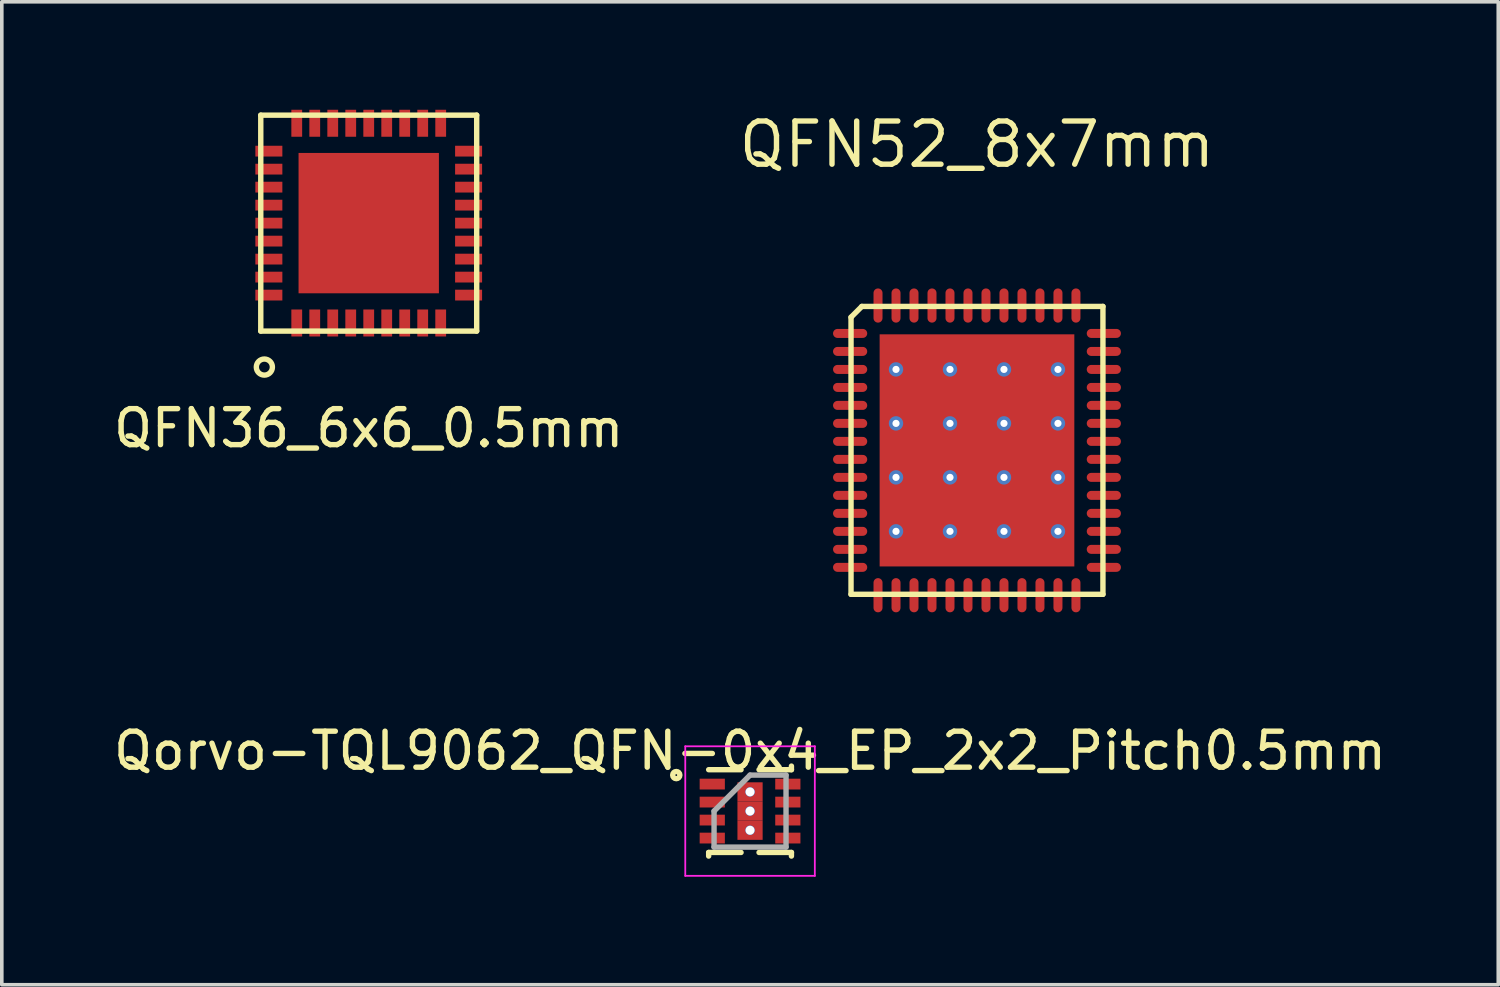
<source format=kicad_pcb>
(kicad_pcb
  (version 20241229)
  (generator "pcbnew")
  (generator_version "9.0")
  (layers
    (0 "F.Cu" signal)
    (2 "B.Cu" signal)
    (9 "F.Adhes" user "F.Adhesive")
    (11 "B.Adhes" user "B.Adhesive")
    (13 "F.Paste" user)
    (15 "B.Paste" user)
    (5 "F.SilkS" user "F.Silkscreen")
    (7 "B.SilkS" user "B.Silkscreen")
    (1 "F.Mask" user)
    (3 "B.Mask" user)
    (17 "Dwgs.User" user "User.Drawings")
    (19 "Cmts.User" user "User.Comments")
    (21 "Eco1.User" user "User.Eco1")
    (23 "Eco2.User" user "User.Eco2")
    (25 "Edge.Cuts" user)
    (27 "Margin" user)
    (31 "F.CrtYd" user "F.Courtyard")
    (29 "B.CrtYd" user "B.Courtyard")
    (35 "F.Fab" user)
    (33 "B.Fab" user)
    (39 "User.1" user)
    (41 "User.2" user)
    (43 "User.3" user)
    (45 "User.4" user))
  (footprint "Qorvo-TQL9062_QFN-0x4_EP_2x2_Pitch0.5mm"
    (layer "F.Cu")
    (at 17.792 19.488)
    (property "Reference" "Qorvo-TQL9062_QFN-0x4_EP_2x2_Pitch0.5mm" (at 0 -1.675 0) (layer "F.SilkS") (effects (font (size 1 1) (thickness 0.15))))
    (attr through_hole)
    (fp_line (start -1.15 1.15) (end -1.15 1.25) (stroke (width 0.15) (type default)) (layer "F.SilkS"))
    (fp_line (start -0.25 -1.15) (end -1.15 -1.15) (stroke (width 0.15) (type default)) (layer "F.SilkS"))
    (fp_line (start -0.25 1.15) (end -1.15 1.15) (stroke (width 0.15) (type default)) (layer "F.SilkS"))
    (fp_line (start 0.25 -1.15) (end 1.15 -1.15) (stroke (width 0.15) (type default)) (layer "F.SilkS"))
    (fp_line (start 0.25 1.15) (end 1.15 1.15) (stroke (width 0.15) (type default)) (layer "F.SilkS"))
    (fp_line (start 1.15 -1.15) (end 1.15 -1.25) (stroke (width 0.15) (type default)) (layer "F.SilkS"))
    (fp_line (start 1.15 1.15) (end 1.15 1.25) (stroke (width 0.15) (type default)) (layer "F.SilkS"))
    (fp_circle (center -2.05 -1) (end -2.05 -0.9) (stroke (width 0.15) (type default)) (fill no) (layer "F.SilkS"))
    (fp_line (start -1.8 -1.8) (end 1.8 -1.8) (stroke (width 0.05) (type default)) (layer "F.CrtYd"))
    (fp_line (start -1.8 1.8) (end -1.8 -1.8) (stroke (width 0.05) (type default)) (layer "F.CrtYd"))
    (fp_line (start 1.8 -1.8) (end 1.8 1.8) (stroke (width 0.05) (type default)) (layer "F.CrtYd"))
    (fp_line (start 1.8 1.8) (end -1.8 1.8) (stroke (width 0.05) (type default)) (layer "F.CrtYd"))
    (fp_line (start -1 0) (end -1 1) (stroke (width 0.15) (type default)) (layer "F.Fab"))
    (fp_line (start -1 1) (end 1 1) (stroke (width 0.15) (type default)) (layer "F.Fab"))
    (fp_line (start 0 -1) (end -1 0) (stroke (width 0.15) (type default)) (layer "F.Fab"))
    (fp_line (start 1 -1) (end 0 -1) (stroke (width 0.15) (type default)) (layer "F.Fab"))
    (fp_line (start 1 1) (end 1 -1) (stroke (width 0.15) (type default)) (layer "F.Fab"))
    (pad "1" smd rect (at -1.05 -0.75 90) (size 0.3 0.7) (layers "F.Cu" "F.Mask" "F.Paste"))
    (pad "2" smd rect (at -1.05 -0.25 90) (size 0.3 0.7) (layers "F.Cu" "F.Mask" "F.Paste"))
    (pad "3" smd rect (at -1.05 0.25 90) (size 0.3 0.7) (layers "F.Cu" "F.Mask" "F.Paste"))
    (pad "4" smd rect (at -1.05 0.75 90) (size 0.3 0.7) (layers "F.Cu" "F.Mask" "F.Paste"))
    (pad "5" smd rect (at 1.05 0.75 90) (size 0.3 0.7) (layers "F.Cu" "F.Mask" "F.Paste"))
    (pad "6" smd rect (at 1.05 0.25 90) (size 0.3 0.7) (layers "F.Cu" "F.Mask" "F.Paste"))
    (pad "7" smd rect (at 1.05 -0.25 90) (size 0.3 0.7) (layers "F.Cu" "F.Mask" "F.Paste"))
    (pad "8" smd rect (at 1.05 -0.75 90) (size 0.3 0.7) (layers "F.Cu" "F.Mask" "F.Paste"))
    (pad "9" thru_hole circle (at 0 -0.533) (size 0.267 0.267) (drill 0.25) (layers "*.Cu" "*.Mask"))
    (pad "9" smd rect (at 0 -0.533) (size 0.7 0.533) (layers "F.Cu" "F.Mask" "F.Paste"))
    (pad "9" thru_hole circle (at 0 0) (size 0.267 0.267) (drill 0.25) (layers "*.Cu" "*.Mask"))
    (pad "9" smd rect (at 0 0) (size 0.7 0.533) (layers "F.Cu" "F.Mask" "F.Paste"))
    (pad "9" thru_hole circle (at 0 0.533) (size 0.267 0.267) (drill 0.25) (layers "*.Cu" "*.Mask"))
    (pad "9" smd rect (at 0 0.533) (size 0.7 0.533) (layers "F.Cu" "F.Mask" "F.Paste")))
  (footprint "QFN52_8x7mm"
    (layer "F.Cu")
    (at 24.098 9.465)
    (property "Reference" "QFN52_8x7mm" (at 0 -8.5 0) (layer "F.SilkS") (effects (font (size 1.2 1.2) (thickness 0.15))))
    (attr smd)
    (fp_line (start -3.5 -3.7) (end -3.5 4) (stroke (width 0.15) (type solid)) (layer "F.SilkS"))
    (fp_line (start -3.5 4) (end 3.5 4) (stroke (width 0.15) (type solid)) (layer "F.SilkS"))
    (fp_line (start -3.2 -4) (end -3.5 -3.7) (stroke (width 0.15) (type solid)) (layer "F.SilkS"))
    (fp_line (start 3.5 -4) (end -3.2 -4) (stroke (width 0.15) (type solid)) (layer "F.SilkS"))
    (fp_line (start 3.5 4) (end 3.5 -4) (stroke (width 0.15) (type solid)) (layer "F.SilkS"))
    (pad "" smd rect (at -1.868 -2.227) (size 1.14 0.956) (layers "F.Paste"))
    (pad "" smd rect (at -1.868 -0.742) (size 1.14 0.956) (layers "F.Paste"))
    (pad "" smd rect (at -1.868 0.742) (size 1.14 0.956) (layers "F.Paste"))
    (pad "" smd rect (at -1.868 2.227) (size 1.14 0.956) (layers "F.Paste"))
    (pad "" smd rect (at -0.623 -2.227) (size 1.14 0.956) (layers "F.Paste"))
    (pad "" smd rect (at -0.623 -0.742) (size 1.14 0.956) (layers "F.Paste"))
    (pad "" smd rect (at -0.623 0.742) (size 1.14 0.956) (layers "F.Paste"))
    (pad "" smd rect (at -0.623 2.227) (size 1.14 0.956) (layers "F.Paste"))
    (pad "" smd rect (at 0.623 -2.227) (size 1.14 0.956) (layers "F.Paste"))
    (pad "" smd rect (at 0.623 -0.742) (size 1.14 0.956) (layers "F.Paste"))
    (pad "" smd rect (at 0.623 0.742) (size 1.14 0.956) (layers "F.Paste"))
    (pad "" smd rect (at 0.623 2.227) (size 1.14 0.956) (layers "F.Paste"))
    (pad "" smd rect (at 1.868 -2.227) (size 1.14 0.956) (layers "F.Paste"))
    (pad "" smd rect (at 1.868 -0.742) (size 1.14 0.956) (layers "F.Paste"))
    (pad "" smd rect (at 1.868 0.742) (size 1.14 0.956) (layers "F.Paste"))
    (pad "" smd rect (at 1.868 2.227) (size 1.14 0.956) (layers "F.Paste"))
    (pad "1" smd oval (at -3.525 -3.25) (size 0.95 0.25) (layers "F.Cu" "F.Mask" "F.Paste"))
    (pad "2" smd oval (at -3.525 -2.75) (size 0.95 0.25) (layers "F.Cu" "F.Mask" "F.Paste"))
    (pad "3" smd oval (at -3.525 -2.25) (size 0.95 0.25) (layers "F.Cu" "F.Mask" "F.Paste"))
    (pad "4" smd oval (at -3.525 -1.75) (size 0.95 0.25) (layers "F.Cu" "F.Mask" "F.Paste"))
    (pad "5" smd oval (at -3.525 -1.25) (size 0.95 0.25) (layers "F.Cu" "F.Mask" "F.Paste"))
    (pad "6" smd oval (at -3.525 -0.75) (size 0.95 0.25) (layers "F.Cu" "F.Mask" "F.Paste"))
    (pad "7" smd oval (at -3.525 -0.25) (size 0.95 0.25) (layers "F.Cu" "F.Mask" "F.Paste"))
    (pad "8" smd oval (at -3.525 0.25) (size 0.95 0.25) (layers "F.Cu" "F.Mask" "F.Paste"))
    (pad "9" smd oval (at -3.525 0.75) (size 0.95 0.25) (layers "F.Cu" "F.Mask" "F.Paste"))
    (pad "10" smd oval (at -3.525 1.25) (size 0.95 0.25) (layers "F.Cu" "F.Mask" "F.Paste"))
    (pad "11" smd oval (at -3.525 1.75) (size 0.95 0.25) (layers "F.Cu" "F.Mask" "F.Paste"))
    (pad "12" smd oval (at -3.525 2.25) (size 0.95 0.25) (layers "F.Cu" "F.Mask" "F.Paste"))
    (pad "13" smd oval (at -3.525 2.75) (size 0.95 0.25) (layers "F.Cu" "F.Mask" "F.Paste"))
    (pad "14" smd oval (at -3.525 3.25) (size 0.95 0.25) (layers "F.Cu" "F.Mask" "F.Paste"))
    (pad "15" smd oval (at -2.75 4.025) (size 0.25 0.95) (layers "F.Cu" "F.Mask" "F.Paste"))
    (pad "16" smd oval (at -2.25 4.025) (size 0.25 0.95) (layers "F.Cu" "F.Mask" "F.Paste"))
    (pad "17" smd oval (at -1.75 4.025) (size 0.25 0.95) (layers "F.Cu" "F.Mask" "F.Paste"))
    (pad "18" smd oval (at -1.25 4.025) (size 0.25 0.95) (layers "F.Cu" "F.Mask" "F.Paste"))
    (pad "19" smd oval (at -0.75 4.025) (size 0.25 0.95) (layers "F.Cu" "F.Mask" "F.Paste"))
    (pad "20" smd oval (at -0.25 4.025) (size 0.25 0.95) (layers "F.Cu" "F.Mask" "F.Paste"))
    (pad "21" smd oval (at 0.25 4.025) (size 0.25 0.95) (layers "F.Cu" "F.Mask" "F.Paste"))
    (pad "22" smd oval (at 0.75 4.025) (size 0.25 0.95) (layers "F.Cu" "F.Mask" "F.Paste"))
    (pad "23" smd oval (at 1.25 4.025) (size 0.25 0.95) (layers "F.Cu" "F.Mask" "F.Paste"))
    (pad "24" smd oval (at 1.75 4.025) (size 0.25 0.95) (layers "F.Cu" "F.Mask" "F.Paste"))
    (pad "25" smd oval (at 2.25 4.025) (size 0.25 0.95) (layers "F.Cu" "F.Mask" "F.Paste"))
    (pad "26" smd oval (at 2.75 4.025) (size 0.25 0.95) (layers "F.Cu" "F.Mask" "F.Paste"))
    (pad "27" smd oval (at 3.525 3.25) (size 0.95 0.25) (layers "F.Cu" "F.Mask" "F.Paste"))
    (pad "28" smd oval (at 3.525 2.75) (size 0.95 0.25) (layers "F.Cu" "F.Mask" "F.Paste"))
    (pad "29" smd oval (at 3.525 2.25) (size 0.95 0.25) (layers "F.Cu" "F.Mask" "F.Paste"))
    (pad "30" smd oval (at 3.525 1.75) (size 0.95 0.25) (layers "F.Cu" "F.Mask" "F.Paste"))
    (pad "31" smd oval (at 3.525 1.25) (size 0.95 0.25) (layers "F.Cu" "F.Mask" "F.Paste"))
    (pad "32" smd oval (at 3.525 0.75) (size 0.95 0.25) (layers "F.Cu" "F.Mask" "F.Paste"))
    (pad "33" smd oval (at 3.525 0.25) (size 0.95 0.25) (layers "F.Cu" "F.Mask" "F.Paste"))
    (pad "34" smd oval (at 3.525 -0.25) (size 0.95 0.25) (layers "F.Cu" "F.Mask" "F.Paste"))
    (pad "35" smd oval (at 3.525 -0.75) (size 0.95 0.25) (layers "F.Cu" "F.Mask" "F.Paste"))
    (pad "36" smd oval (at 3.525 -1.25) (size 0.95 0.25) (layers "F.Cu" "F.Mask" "F.Paste"))
    (pad "37" smd oval (at 3.525 -1.75) (size 0.95 0.25) (layers "F.Cu" "F.Mask" "F.Paste"))
    (pad "38" smd oval (at 3.525 -2.25) (size 0.95 0.25) (layers "F.Cu" "F.Mask" "F.Paste"))
    (pad "39" smd oval (at 3.525 -2.75) (size 0.95 0.25) (layers "F.Cu" "F.Mask" "F.Paste"))
    (pad "40" smd oval (at 3.525 -3.25) (size 0.95 0.25) (layers "F.Cu" "F.Mask" "F.Paste"))
    (pad "41" smd oval (at 2.75 -4.025) (size 0.25 0.95) (layers "F.Cu" "F.Mask" "F.Paste"))
    (pad "42" smd oval (at 2.25 -4.025) (size 0.25 0.95) (layers "F.Cu" "F.Mask" "F.Paste"))
    (pad "43" smd oval (at 1.75 -4.025) (size 0.25 0.95) (layers "F.Cu" "F.Mask" "F.Paste"))
    (pad "44" smd oval (at 1.25 -4.025) (size 0.25 0.95) (layers "F.Cu" "F.Mask" "F.Paste"))
    (pad "45" smd oval (at 0.75 -4.025) (size 0.25 0.95) (layers "F.Cu" "F.Mask" "F.Paste"))
    (pad "46" smd oval (at 0.25 -4.025) (size 0.25 0.95) (layers "F.Cu" "F.Mask" "F.Paste"))
    (pad "47" smd oval (at -0.25 -4.025) (size 0.25 0.95) (layers "F.Cu" "F.Mask" "F.Paste"))
    (pad "48" smd oval (at -0.75 -4.025) (size 0.25 0.95) (layers "F.Cu" "F.Mask" "F.Paste"))
    (pad "49" smd oval (at -1.25 -4.025) (size 0.25 0.95) (layers "F.Cu" "F.Mask" "F.Paste"))
    (pad "50" smd oval (at -1.75 -4.025) (size 0.25 0.95) (layers "F.Cu" "F.Mask" "F.Paste"))
    (pad "51" smd oval (at -2.25 -4.025) (size 0.25 0.95) (layers "F.Cu" "F.Mask" "F.Paste"))
    (pad "52" smd oval (at -2.75 -4.025) (size 0.25 0.95) (layers "F.Cu" "F.Mask" "F.Paste"))
    (pad "53" thru_hole circle (at -2.25 -2.25) (size 0.4 0.4) (drill 0.2) (layers "*.Cu" "*.Mask"))
    (pad "53" thru_hole circle (at -2.25 -0.75) (size 0.4 0.4) (drill 0.2) (layers "*.Cu" "*.Mask"))
    (pad "53" thru_hole circle (at -2.25 0.75) (size 0.4 0.4) (drill 0.2) (layers "*.Cu" "*.Mask"))
    (pad "53" thru_hole circle (at -2.25 2.25) (size 0.4 0.4) (drill 0.2) (layers "*.Cu" "*.Mask"))
    (pad "53" thru_hole circle (at -0.75 -2.25) (size 0.4 0.4) (drill 0.2) (layers "*.Cu" "*.Mask"))
    (pad "53" thru_hole circle (at -0.75 -0.75) (size 0.4 0.4) (drill 0.2) (layers "*.Cu" "*.Mask"))
    (pad "53" thru_hole circle (at -0.75 0.75) (size 0.4 0.4) (drill 0.2) (layers "*.Cu" "*.Mask"))
    (pad "53" thru_hole circle (at -0.75 2.25) (size 0.4 0.4) (drill 0.2) (layers "*.Cu" "*.Mask"))
    (pad "53" smd rect (at 0 0) (size 5.41 6.45) (layers "F.Cu" "F.Mask"))
    (pad "53" thru_hole circle (at 0.75 -2.25) (size 0.4 0.4) (drill 0.2) (layers "*.Cu" "*.Mask"))
    (pad "53" thru_hole circle (at 0.75 -0.75) (size 0.4 0.4) (drill 0.2) (layers "*.Cu" "*.Mask"))
    (pad "53" thru_hole circle (at 0.75 0.75) (size 0.4 0.4) (drill 0.2) (layers "*.Cu" "*.Mask"))
    (pad "53" thru_hole circle (at 0.75 2.25) (size 0.4 0.4) (drill 0.2) (layers "*.Cu" "*.Mask"))
    (pad "53" thru_hole circle (at 2.25 -2.25) (size 0.4 0.4) (drill 0.2) (layers "*.Cu" "*.Mask"))
    (pad "53" thru_hole circle (at 2.25 -0.75) (size 0.4 0.4) (drill 0.2) (layers "*.Cu" "*.Mask"))
    (pad "53" thru_hole circle (at 2.25 0.75) (size 0.4 0.4) (drill 0.2) (layers "*.Cu" "*.Mask"))
    (pad "53" thru_hole circle (at 2.25 2.25) (size 0.4 0.4) (drill 0.2) (layers "*.Cu" "*.Mask")))
  (footprint "QFN36_6x6_0.5mm"
    (layer "F.Cu")
    (at 7.196 3.15)
    (property "Reference" "QFN36_6x6_0.5mm" (at 0 5.7 0) (layer "F.SilkS") (effects (font (size 1 1) (thickness 0.15))))
    (attr through_hole)
    (fp_line (start -3 -3) (end 3 -3) (stroke (width 0.15) (type solid)) (layer "F.SilkS"))
    (fp_line (start -3 3) (end -3 -3) (stroke (width 0.15) (type solid)) (layer "F.SilkS"))
    (fp_line (start 3 -3) (end 3 3) (stroke (width 0.15) (type solid)) (layer "F.SilkS"))
    (fp_line (start 3 3) (end -3 3) (stroke (width 0.15) (type solid)) (layer "F.SilkS"))
    (fp_circle (center -2.9 4) (end -2.8 4.2) (stroke (width 0.15) (type solid)) (fill no) (layer "F.SilkS"))
    (pad "1" smd rect (at -2 2.775) (size 0.3 0.75) (layers "F.Cu" "F.Mask" "F.Paste"))
    (pad "2" smd rect (at -1.5 2.775) (size 0.3 0.75) (layers "F.Cu" "F.Mask" "F.Paste"))
    (pad "3" smd rect (at -1 2.775) (size 0.3 0.75) (layers "F.Cu" "F.Mask" "F.Paste"))
    (pad "4" smd rect (at -0.5 2.775) (size 0.3 0.75) (layers "F.Cu" "F.Mask" "F.Paste"))
    (pad "5" smd rect (at 0 2.775) (size 0.3 0.75) (layers "F.Cu" "F.Mask" "F.Paste"))
    (pad "6" smd rect (at 0.5 2.775) (size 0.3 0.75) (layers "F.Cu" "F.Mask" "F.Paste"))
    (pad "7" smd rect (at 1 2.775) (size 0.3 0.75) (layers "F.Cu" "F.Mask" "F.Paste"))
    (pad "8" smd rect (at 1.5 2.775) (size 0.3 0.75) (layers "F.Cu" "F.Mask" "F.Paste"))
    (pad "9" smd rect (at 2 2.775) (size 0.3 0.75) (layers "F.Cu" "F.Mask" "F.Paste"))
    (pad "10" smd rect (at 2.775 2) (size 0.75 0.3) (layers "F.Cu" "F.Mask" "F.Paste"))
    (pad "11" smd rect (at 2.775 1.5) (size 0.75 0.3) (layers "F.Cu" "F.Mask" "F.Paste"))
    (pad "12" smd rect (at 2.775 1) (size 0.75 0.3) (layers "F.Cu" "F.Mask" "F.Paste"))
    (pad "13" smd rect (at 2.775 0.5) (size 0.75 0.3) (layers "F.Cu" "F.Mask" "F.Paste"))
    (pad "14" smd rect (at 2.775 0) (size 0.75 0.3) (layers "F.Cu" "F.Mask" "F.Paste"))
    (pad "15" smd rect (at 2.775 -0.5) (size 0.75 0.3) (layers "F.Cu" "F.Mask" "F.Paste"))
    (pad "16" smd rect (at 2.775 -1) (size 0.75 0.3) (layers "F.Cu" "F.Mask" "F.Paste"))
    (pad "17" smd rect (at 2.775 -1.5) (size 0.75 0.3) (layers "F.Cu" "F.Mask" "F.Paste"))
    (pad "18" smd rect (at 2.775 -2) (size 0.75 0.3) (layers "F.Cu" "F.Mask" "F.Paste"))
    (pad "19" smd rect (at 2 -2.775) (size 0.3 0.75) (layers "F.Cu" "F.Mask" "F.Paste"))
    (pad "20" smd rect (at 1.5 -2.775) (size 0.3 0.75) (layers "F.Cu" "F.Mask" "F.Paste"))
    (pad "21" smd rect (at 1 -2.775) (size 0.3 0.75) (layers "F.Cu" "F.Mask" "F.Paste"))
    (pad "22" smd rect (at 0.5 -2.775) (size 0.3 0.75) (layers "F.Cu" "F.Mask" "F.Paste"))
    (pad "23" smd rect (at 0 -2.775) (size 0.3 0.75) (layers "F.Cu" "F.Mask" "F.Paste"))
    (pad "24" smd rect (at -0.5 -2.775) (size 0.3 0.75) (layers "F.Cu" "F.Mask" "F.Paste"))
    (pad "25" smd rect (at -1 -2.775) (size 0.3 0.75) (layers "F.Cu" "F.Mask" "F.Paste"))
    (pad "26" smd rect (at -1.5 -2.775) (size 0.3 0.75) (layers "F.Cu" "F.Mask" "F.Paste"))
    (pad "27" smd rect (at -2 -2.775) (size 0.3 0.75) (layers "F.Cu" "F.Mask" "F.Paste"))
    (pad "28" smd rect (at -2.775 -2) (size 0.75 0.3) (layers "F.Cu" "F.Mask" "F.Paste"))
    (pad "29" smd rect (at -2.775 -1.5) (size 0.75 0.3) (layers "F.Cu" "F.Mask" "F.Paste"))
    (pad "30" smd rect (at -2.775 -1) (size 0.75 0.3) (layers "F.Cu" "F.Mask" "F.Paste"))
    (pad "31" smd rect (at -2.775 -0.5) (size 0.75 0.3) (layers "F.Cu" "F.Mask" "F.Paste"))
    (pad "32" smd rect (at -2.775 0) (size 0.75 0.3) (layers "F.Cu" "F.Mask" "F.Paste"))
    (pad "33" smd rect (at -2.775 0.5) (size 0.75 0.3) (layers "F.Cu" "F.Mask" "F.Paste"))
    (pad "34" smd rect (at -2.775 1) (size 0.75 0.3) (layers "F.Cu" "F.Mask" "F.Paste"))
    (pad "35" smd rect (at -2.775 1.5) (size 0.75 0.3) (layers "F.Cu" "F.Mask" "F.Paste"))
    (pad "36" smd rect (at -2.775 2) (size 0.75 0.3) (layers "F.Cu" "F.Mask" "F.Paste"))
    (pad "37" smd rect (at 0 0) (size 3.9 3.9) (layers "F.Cu" "F.Mask" "F.Paste")))
  (gr_rect
    (start -3 -3)
    (end 38.583 24.314)
    (stroke (width 0.1) (type default))
    (fill no)
    (layer "Edge.Cuts")))
</source>
